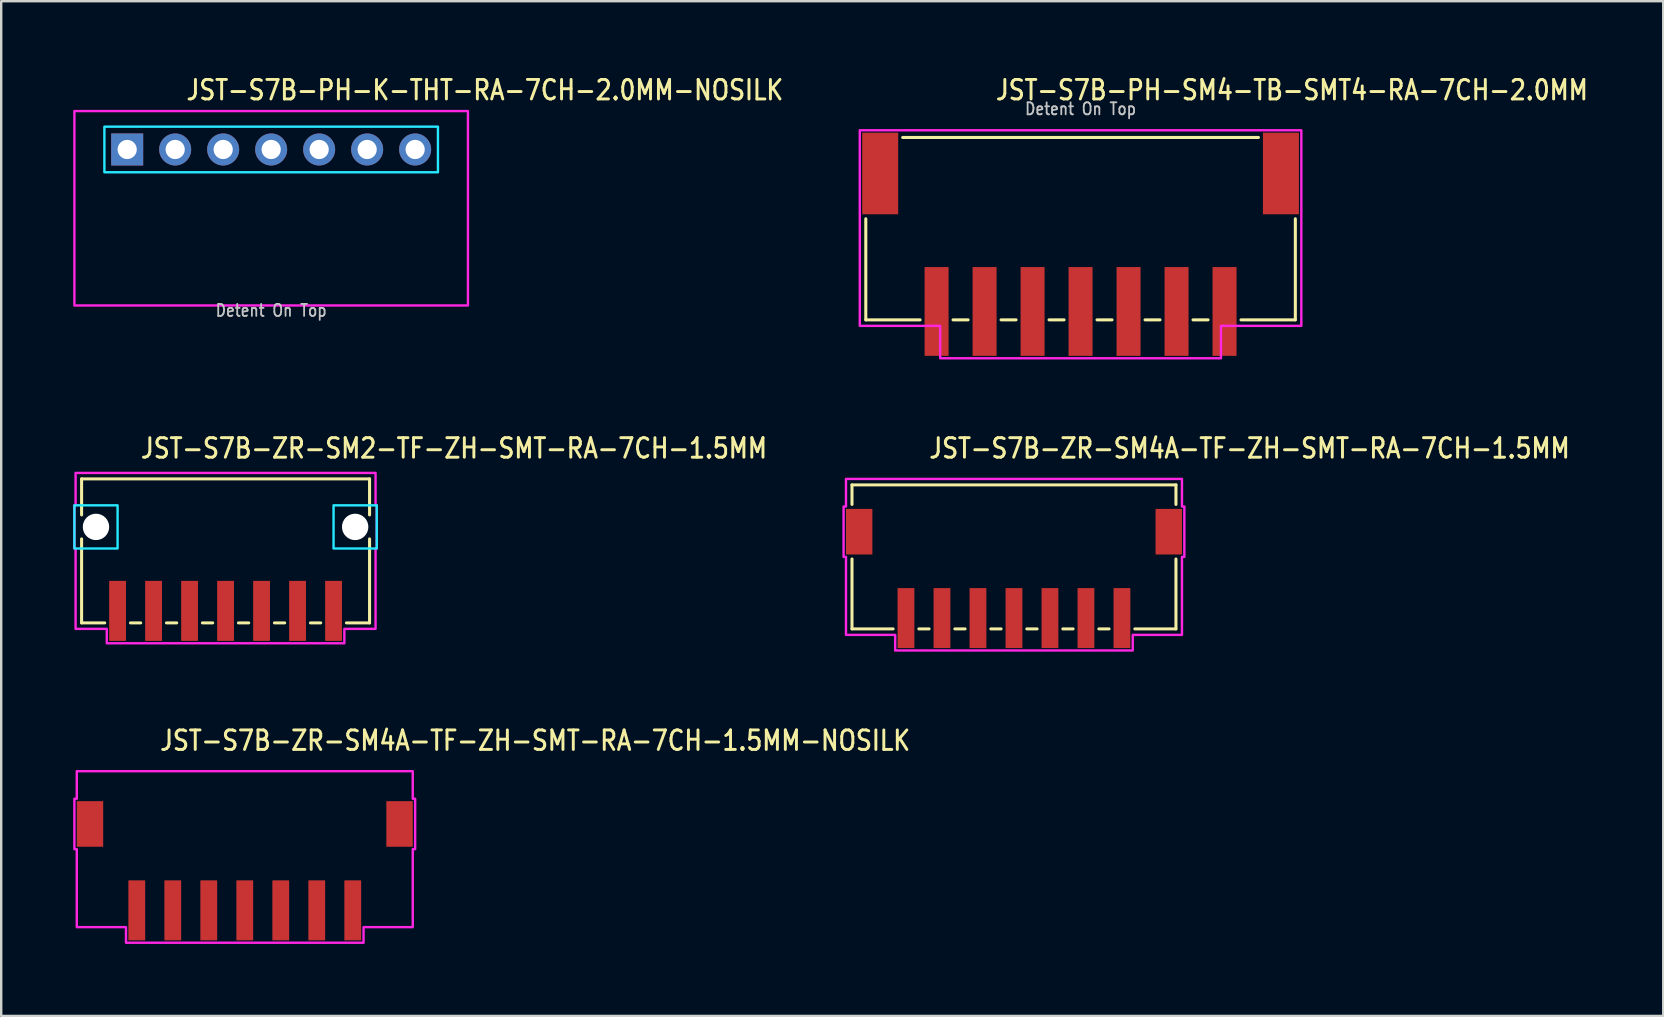
<source format=kicad_pcb>
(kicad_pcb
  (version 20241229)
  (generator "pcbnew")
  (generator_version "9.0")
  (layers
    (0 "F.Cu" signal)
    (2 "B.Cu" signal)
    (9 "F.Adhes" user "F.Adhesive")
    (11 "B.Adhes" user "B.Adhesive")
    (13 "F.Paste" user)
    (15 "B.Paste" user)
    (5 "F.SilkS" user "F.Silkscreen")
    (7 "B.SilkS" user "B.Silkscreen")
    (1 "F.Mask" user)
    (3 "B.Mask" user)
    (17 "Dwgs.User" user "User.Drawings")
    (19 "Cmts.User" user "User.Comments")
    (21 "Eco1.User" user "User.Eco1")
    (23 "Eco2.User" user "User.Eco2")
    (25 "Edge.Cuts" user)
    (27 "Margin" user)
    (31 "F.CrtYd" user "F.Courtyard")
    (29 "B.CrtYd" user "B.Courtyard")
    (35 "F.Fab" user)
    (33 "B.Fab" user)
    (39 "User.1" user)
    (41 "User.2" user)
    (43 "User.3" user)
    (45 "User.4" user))
  (footprint "JST-S7B-ZR-SM2-TF-ZH-SMT-RA-7CH-1.5MM"
    (layer "F.Cu")
    (at 6.35 18.907)
    (property "Reference" "JST-S7B-ZR-SM2-TF-ZH-SMT-RA-7CH-1.5MM" (at -3.6 -2.8 0) (unlocked yes) (layer "F.SilkS") (effects (font (size 0.813 0.695) (thickness 0.122)) (justify left bottom)))
    (fp_line (start -6 -2) (end -6 -0.5) (stroke (width 0.127) (type solid)) (layer "F.SilkS"))
    (fp_line (start -6 -2) (end 6 -2) (stroke (width 0.127) (type solid)) (layer "F.SilkS"))
    (fp_line (start -6 4) (end -6 0.5) (stroke (width 0.127) (type solid)) (layer "F.SilkS"))
    (fp_line (start -6 4) (end -5.037 4) (stroke (width 0.127) (type solid)) (layer "F.SilkS"))
    (fp_line (start -3.963 4) (end -3.537 4) (stroke (width 0.127) (type solid)) (layer "F.SilkS"))
    (fp_line (start -2.463 4) (end -2.037 4) (stroke (width 0.127) (type solid)) (layer "F.SilkS"))
    (fp_line (start -0.964 4) (end -0.536 4) (stroke (width 0.127) (type solid)) (layer "F.SilkS"))
    (fp_line (start 0.536 4) (end 0.964 4) (stroke (width 0.127) (type solid)) (layer "F.SilkS"))
    (fp_line (start 2.037 4) (end 2.463 4) (stroke (width 0.127) (type solid)) (layer "F.SilkS"))
    (fp_line (start 3.537 4) (end 3.963 4) (stroke (width 0.127) (type solid)) (layer "F.SilkS"))
    (fp_line (start 5.037 4) (end 6 4) (stroke (width 0.127) (type solid)) (layer "F.SilkS"))
    (fp_line (start 6 -0.5) (end 6 -2) (stroke (width 0.127) (type solid)) (layer "F.SilkS"))
    (fp_line (start 6 0.5) (end 6 4) (stroke (width 0.127) (type solid)) (layer "F.SilkS"))
    (fp_poly (pts (xy -6.3 -0.9) (xy -6.3 0.9) (xy -4.5 0.9) (xy -4.5 -0.9)) (stroke (width 0.1) (type solid)) (fill no) (layer "B.CrtYd"))
    (fp_poly (pts (xy 6.3 -0.9) (xy 6.3 0.9) (xy 4.5 0.9) (xy 4.5 -0.9)) (stroke (width 0.1) (type solid)) (fill no) (layer "B.CrtYd"))
    (fp_poly (pts (xy -6.25 -2.25) (xy -6.25 -0.9) (xy -6.3 -0.9) (xy -6.3 0.9) (xy -6.25 0.9) (xy -6.25 4.25) (xy -4.95 4.25) (xy -4.95 4.85) (xy 4.95 4.85) (xy 4.95 4.25) (xy 6.25 4.25) (xy 6.25 0.9) (xy 6.3 0.9) (xy 6.3 -0.9) (xy 6.25 -0.9) (xy 6.25 -2.25)) (stroke (width 0.1) (type solid)) (fill no) (layer "F.CrtYd"))
    (pad "" np_thru_hole circle (at -5.4 0) (size 1.1 1.1) (drill 1.1) (layers "*.Cu" "*.Mask"))
    (pad "" np_thru_hole circle (at 5.4 0) (size 1.1 1.1) (drill 1.1) (layers "*.Cu" "*.Mask"))
    (pad "P$1" smd rect (at 4.5 3.5) (size 0.7 2.5) (layers "F.Cu" "F.Mask" "F.Paste"))
    (pad "P$2" smd rect (at 3 3.5) (size 0.7 2.5) (layers "F.Cu" "F.Mask" "F.Paste"))
    (pad "P$3" smd rect (at 1.5 3.5) (size 0.7 2.5) (layers "F.Cu" "F.Mask" "F.Paste"))
    (pad "P$4" smd rect (at 0 3.5) (size 0.7 2.5) (layers "F.Cu" "F.Mask" "F.Paste"))
    (pad "P$5" smd rect (at -1.5 3.5) (size 0.7 2.5) (layers "F.Cu" "F.Mask" "F.Paste"))
    (pad "P$6" smd rect (at -3 3.5) (size 0.7 2.5) (layers "F.Cu" "F.Mask" "F.Paste"))
    (pad "P$7" smd rect (at -4.5 3.5) (size 0.7 2.5) (layers "F.Cu" "F.Mask" "F.Paste")))
  (footprint "JST-S7B-ZR-SM4A-TF-ZH-SMT-RA-7CH-1.5MM"
    (layer "F.Cu")
    (at 39.204 19.107)
    (property "Reference" "JST-S7B-ZR-SM4A-TF-ZH-SMT-RA-7CH-1.5MM" (at -3.6 -3 0) (unlocked yes) (layer "F.SilkS") (effects (font (size 0.813 0.695) (thickness 0.122)) (justify left bottom)))
    (fp_line (start -6.75 -1.95) (end -6.75 -1.137) (stroke (width 0.127) (type solid)) (layer "F.SilkS"))
    (fp_line (start -6.75 -1.95) (end 6.75 -1.95) (stroke (width 0.127) (type solid)) (layer "F.SilkS"))
    (fp_line (start -6.75 4.05) (end -6.75 1.137) (stroke (width 0.127) (type solid)) (layer "F.SilkS"))
    (fp_line (start -6.75 4.05) (end -5.037 4.05) (stroke (width 0.127) (type solid)) (layer "F.SilkS"))
    (fp_line (start -3.963 4.05) (end -3.537 4.05) (stroke (width 0.127) (type solid)) (layer "F.SilkS"))
    (fp_line (start -2.463 4.05) (end -2.037 4.05) (stroke (width 0.127) (type solid)) (layer "F.SilkS"))
    (fp_line (start -0.964 4.05) (end -0.536 4.05) (stroke (width 0.127) (type solid)) (layer "F.SilkS"))
    (fp_line (start 0.536 4.05) (end 0.964 4.05) (stroke (width 0.127) (type solid)) (layer "F.SilkS"))
    (fp_line (start 2.037 4.05) (end 2.463 4.05) (stroke (width 0.127) (type solid)) (layer "F.SilkS"))
    (fp_line (start 3.537 4.05) (end 3.963 4.05) (stroke (width 0.127) (type solid)) (layer "F.SilkS"))
    (fp_line (start 5.037 4.05) (end 6.75 4.05) (stroke (width 0.127) (type solid)) (layer "F.SilkS"))
    (fp_line (start 6.75 -1.137) (end 6.75 -1.95) (stroke (width 0.127) (type solid)) (layer "F.SilkS"))
    (fp_line (start 6.75 1.137) (end 6.75 4.05) (stroke (width 0.127) (type solid)) (layer "F.SilkS"))
    (fp_poly (pts (xy -7 -2.2) (xy -7 -1.05) (xy -7.1 -1.05) (xy -7.1 1.05) (xy -7 1.05) (xy -7 4.3) (xy -4.95 4.3) (xy -4.95 4.95) (xy 4.95 4.95) (xy 4.95 4.3) (xy 7 4.3) (xy 7 1.05) (xy 7.1 1.05) (xy 7.1 -1.05) (xy 7 -1.05) (xy 7 -2.2)) (stroke (width 0.1) (type solid)) (fill no) (layer "F.CrtYd"))
    (pad "P$1" smd rect (at 4.5 3.6) (size 0.7 2.5) (layers "F.Cu" "F.Mask" "F.Paste"))
    (pad "P$2" smd rect (at 3 3.6) (size 0.7 2.5) (layers "F.Cu" "F.Mask" "F.Paste"))
    (pad "P$3" smd rect (at 1.5 3.6) (size 0.7 2.5) (layers "F.Cu" "F.Mask" "F.Paste"))
    (pad "P$4" smd rect (at 0 3.6) (size 0.7 2.5) (layers "F.Cu" "F.Mask" "F.Paste"))
    (pad "P$5" smd rect (at -1.5 3.6) (size 0.7 2.5) (layers "F.Cu" "F.Mask" "F.Paste"))
    (pad "P$6" smd rect (at -3 3.6) (size 0.7 2.5) (layers "F.Cu" "F.Mask" "F.Paste"))
    (pad "P$7" smd rect (at -4.5 3.6) (size 0.7 2.5) (layers "F.Cu" "F.Mask" "F.Paste"))
    (pad "S$1" smd rect (at -6.45 0) (size 1.1 1.9) (layers "F.Cu" "F.Mask" "F.Paste"))
    (pad "S$2" smd rect (at 6.45 0) (size 1.1 1.9) (layers "F.Cu" "F.Mask" "F.Paste")))
  (footprint "JST-S7B-PH-SM4-TB-SMT4-RA-7CH-2.0MM"
    (layer "F.Cu")
    (at 41.979 4.179)
    (property "Reference" "JST-S7B-PH-SM4-TB-SMT4-RA-7CH-2.0MM" (at -3.6 -3 0) (unlocked yes) (layer "F.SilkS") (effects (font (size 0.813 0.695) (thickness 0.122)) (justify left bottom)))
    (fp_line (start -8.95 6.1) (end -8.95 1.887) (stroke (width 0.127) (type solid)) (layer "F.SilkS"))
    (fp_line (start -8.95 6.1) (end -6.686 6.1) (stroke (width 0.127) (type solid)) (layer "F.SilkS"))
    (fp_line (start -7.413 -1.5) (end 7.413 -1.5) (stroke (width 0.127) (type solid)) (layer "F.SilkS"))
    (fp_line (start -5.314 6.1) (end -4.686 6.1) (stroke (width 0.127) (type solid)) (layer "F.SilkS"))
    (fp_line (start -3.313 6.1) (end -2.687 6.1) (stroke (width 0.127) (type solid)) (layer "F.SilkS"))
    (fp_line (start -1.313 6.1) (end -0.686 6.1) (stroke (width 0.127) (type solid)) (layer "F.SilkS"))
    (fp_line (start 0.686 6.1) (end 1.313 6.1) (stroke (width 0.127) (type solid)) (layer "F.SilkS"))
    (fp_line (start 2.687 6.1) (end 3.313 6.1) (stroke (width 0.127) (type solid)) (layer "F.SilkS"))
    (fp_line (start 4.686 6.1) (end 5.314 6.1) (stroke (width 0.127) (type solid)) (layer "F.SilkS"))
    (fp_line (start 6.686 6.1) (end 8.95 6.1) (stroke (width 0.127) (type solid)) (layer "F.SilkS"))
    (fp_line (start 8.95 1.887) (end 8.95 6.1) (stroke (width 0.127) (type solid)) (layer "F.SilkS"))
    (fp_poly (pts (xy -9.2 -1.8) (xy -9.2 6.35) (xy -5.85 6.35) (xy -5.85 7.7) (xy 5.85 7.7) (xy 5.85 6.35) (xy 9.2 6.35) (xy 9.2 -1.8)) (stroke (width 0.1) (type solid)) (fill no) (layer "F.CrtYd"))
    (fp_text user "Detent On Top" (at 0 -2.4 0) (unlocked yes) (layer "Dwgs.User") (effects (font (size 0.5 0.427) (thickness 0.075)) (justify bottom)))
    (pad "P$1" smd rect (at 6 5.75) (size 1 3.7) (layers "F.Cu" "F.Mask" "F.Paste"))
    (pad "P$2" smd rect (at 4 5.75) (size 1 3.7) (layers "F.Cu" "F.Mask" "F.Paste"))
    (pad "P$3" smd rect (at 2 5.75) (size 1 3.7) (layers "F.Cu" "F.Mask" "F.Paste"))
    (pad "P$4" smd rect (at 0 5.75) (size 1 3.7) (layers "F.Cu" "F.Mask" "F.Paste"))
    (pad "P$5" smd rect (at -2 5.75) (size 1 3.7) (layers "F.Cu" "F.Mask" "F.Paste"))
    (pad "P$6" smd rect (at -4 5.75) (size 1 3.7) (layers "F.Cu" "F.Mask" "F.Paste"))
    (pad "P$7" smd rect (at -6 5.75) (size 1 3.7) (layers "F.Cu" "F.Mask" "F.Paste"))
    (pad "S$1" smd rect (at -8.35 0) (size 1.5 3.4) (layers "F.Cu" "F.Mask" "F.Paste"))
    (pad "S$2" smd rect (at 8.35 0) (size 1.5 3.4) (layers "F.Cu" "F.Mask" "F.Paste")))
  (footprint "JST-S7B-ZR-SM4A-TF-ZH-SMT-RA-7CH-1.5MM-NOSILK"
    (layer "F.Cu")
    (at 7.15 31.286)
    (property "Reference" "JST-S7B-ZR-SM4A-TF-ZH-SMT-RA-7CH-1.5MM-NOSILK" (at -3.6 -3 0) (unlocked yes) (layer "F.SilkS") (effects (font (size 0.813 0.695) (thickness 0.122)) (justify left bottom)))
    (fp_poly (pts (xy -7 -2.2) (xy -7 -1.05) (xy -7.1 -1.05) (xy -7.1 1.05) (xy -7 1.05) (xy -7 4.3) (xy -4.95 4.3) (xy -4.95 4.95) (xy 4.95 4.95) (xy 4.95 4.3) (xy 7 4.3) (xy 7 1.05) (xy 7.1 1.05) (xy 7.1 -1.05) (xy 7 -1.05) (xy 7 -2.2)) (stroke (width 0.1) (type solid)) (fill no) (layer "F.CrtYd"))
    (pad "P$1" smd rect (at 4.5 3.6) (size 0.7 2.5) (layers "F.Cu" "F.Mask" "F.Paste"))
    (pad "P$2" smd rect (at 3 3.6) (size 0.7 2.5) (layers "F.Cu" "F.Mask" "F.Paste"))
    (pad "P$3" smd rect (at 1.5 3.6) (size 0.7 2.5) (layers "F.Cu" "F.Mask" "F.Paste"))
    (pad "P$4" smd rect (at 0 3.6) (size 0.7 2.5) (layers "F.Cu" "F.Mask" "F.Paste"))
    (pad "P$5" smd rect (at -1.5 3.6) (size 0.7 2.5) (layers "F.Cu" "F.Mask" "F.Paste"))
    (pad "P$6" smd rect (at -3 3.6) (size 0.7 2.5) (layers "F.Cu" "F.Mask" "F.Paste"))
    (pad "P$7" smd rect (at -4.5 3.6) (size 0.7 2.5) (layers "F.Cu" "F.Mask" "F.Paste"))
    (pad "S$1" smd rect (at -6.45 0) (size 1.1 1.9) (layers "F.Cu" "F.Mask" "F.Paste"))
    (pad "S$2" smd rect (at 6.45 0) (size 1.1 1.9) (layers "F.Cu" "F.Mask" "F.Paste")))
  (footprint "JST-S7B-PH-K-THT-RA-7CH-2.0MM-NOSILK"
    (layer "F.Cu")
    (at 8.25 3.179)
    (property "Reference" "JST-S7B-PH-K-THT-RA-7CH-2.0MM-NOSILK" (at -3.6 -2 0) (unlocked yes) (layer "F.SilkS") (effects (font (size 0.813 0.695) (thickness 0.122)) (justify left bottom)))
    (fp_poly (pts (xy -6.95 -0.95) (xy -6.95 0.95) (xy 6.95 0.95) (xy 6.95 -0.95)) (stroke (width 0.1) (type solid)) (fill no) (layer "B.CrtYd"))
    (fp_poly (pts (xy -8.2 -1.6) (xy -8.2 6.5) (xy 8.2 6.5) (xy 8.2 -1.6)) (stroke (width 0.1) (type solid)) (fill no) (layer "F.CrtYd"))
    (fp_text user "Detent On Top" (at 0 7 0) (unlocked yes) (layer "Dwgs.User") (effects (font (size 0.5 0.427) (thickness 0.075)) (justify bottom)))
    (pad "P$1" thru_hole rect (at -6 0) (size 1.333 1.333) (drill 0.8) (layers "*.Cu" "*.Mask"))
    (pad "P$2" thru_hole oval (at -4 0) (size 1.333 1.333) (drill 0.8) (layers "*.Cu" "*.Mask"))
    (pad "P$3" thru_hole oval (at -2 0) (size 1.333 1.333) (drill 0.8) (layers "*.Cu" "*.Mask"))
    (pad "P$4" thru_hole oval (at 0 0) (size 1.333 1.333) (drill 0.8) (layers "*.Cu" "*.Mask"))
    (pad "P$5" thru_hole oval (at 2 0) (size 1.333 1.333) (drill 0.8) (layers "*.Cu" "*.Mask"))
    (pad "P$6" thru_hole oval (at 4 0) (size 1.333 1.333) (drill 0.8) (layers "*.Cu" "*.Mask"))
    (pad "P$7" thru_hole oval (at 6 0) (size 1.333 1.333) (drill 0.8) (layers "*.Cu" "*.Mask")))
  (gr_rect
    (start -3 -3)
    (end 66.26 39.286)
    (stroke (width 0.1) (type default))
    (fill no)
    (layer "Edge.Cuts")))
</source>
